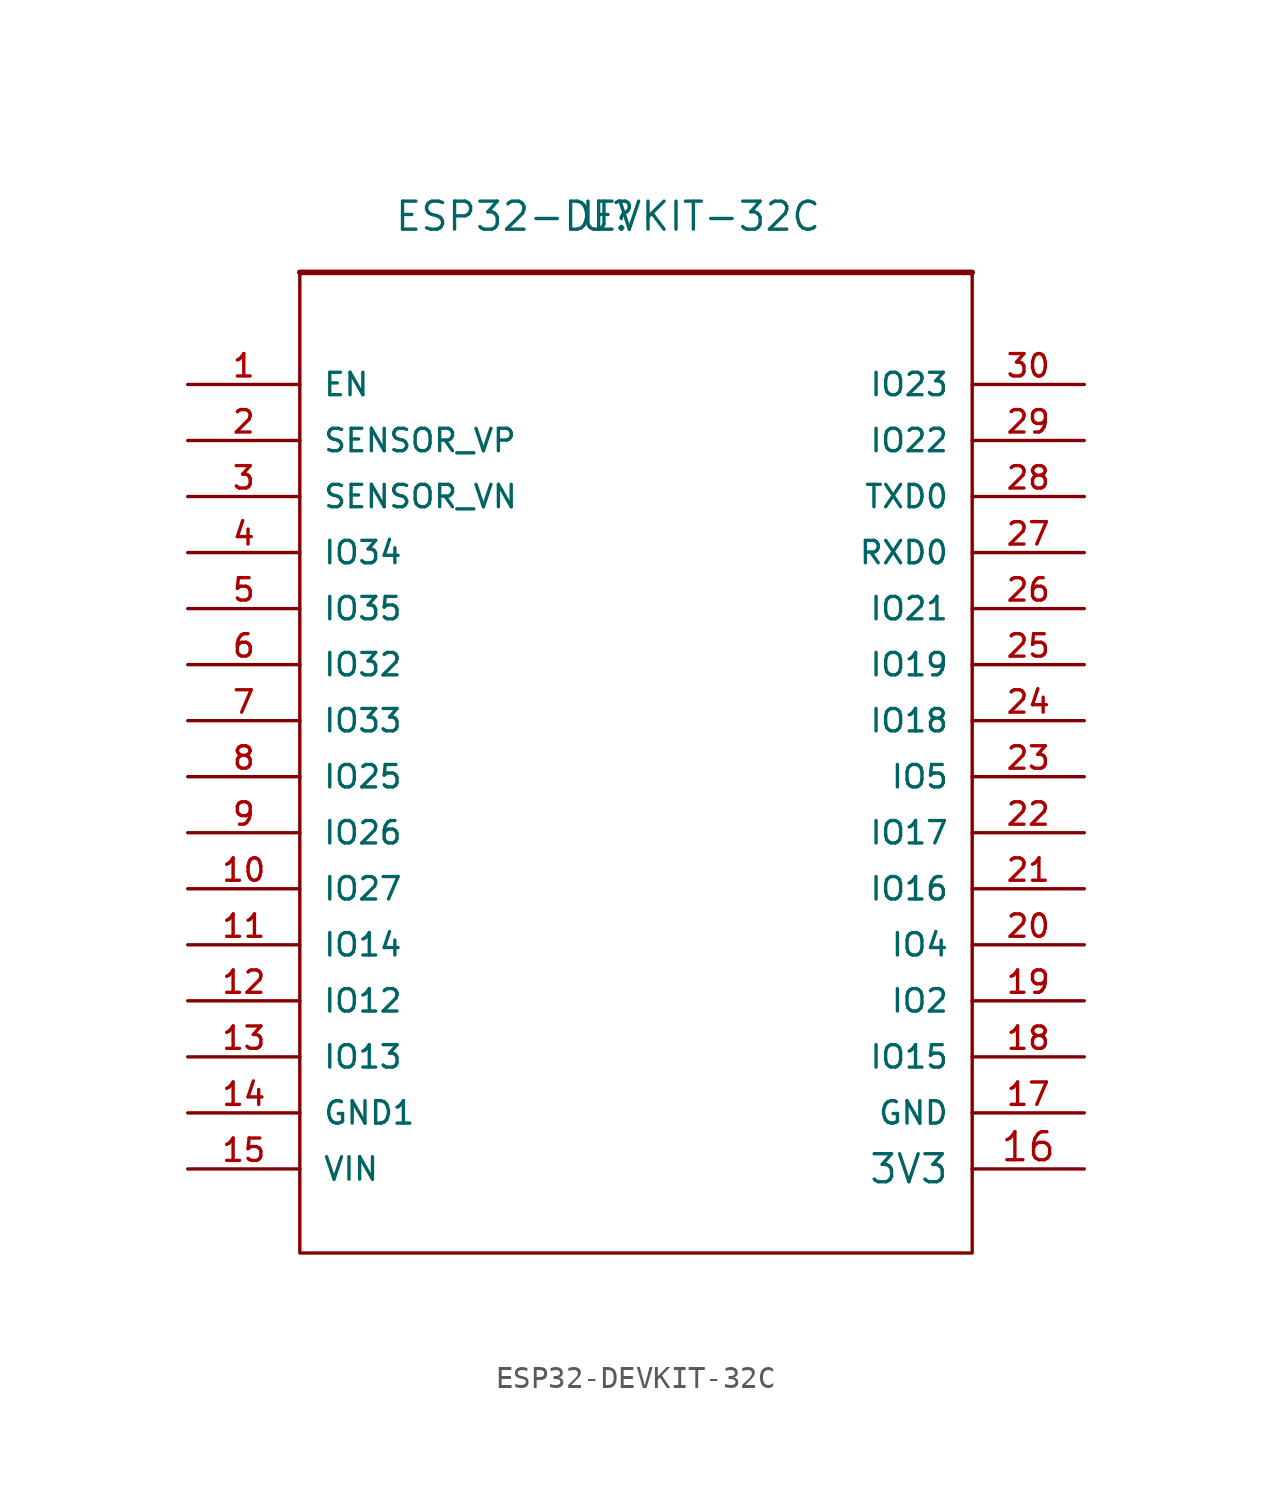
<source format=kicad_sym>
(kicad_symbol_lib
  (version 20211014)
  (generator kicad_symbol_editor)
  (symbol "ESP32-DEVKIT-32C"
    (pin_names
      (offset 1.016))
    (property "Reference" "U"
      (at 0 0 0)
      (effects (font (size 1.27 1.27))))
    (property "Value" "ESP32-DEVKIT-32C"
      (at 0 0 0)
      (effects (font (size 1.27 1.27))))
    (symbol "ESP32-DEVKIT-32C_0_1"
      (rectangle (start -13.97 -2.54) (end 16.51 -46.99) (stroke (width 0) (type default) (color 0 0 0 0)) (fill (type none))))
    (symbol "ESP32-DEVKIT-32C_1_1"
      (polyline (pts (xy -13.97 -2.54) (xy 16.51 -2.54)) (stroke (width 0.254) (type default) (color 0 0 0 0)) (fill (type none)))
      (pin input line (at -19.05 -7.62 0) (length 5.08) (name "EN" (effects (font (size 1.016 1.016)))) (number "1" (effects (font (size 1.016 1.016)))))
      (pin bidirectional line (at -19.05 -30.48 0) (length 5.08) (name "IO27" (effects (font (size 1.016 1.016)))) (number "10" (effects (font (size 1.016 1.016)))))
      (pin bidirectional line (at -19.05 -33.02 0) (length 5.08) (name "IO14" (effects (font (size 1.016 1.016)))) (number "11" (effects (font (size 1.016 1.016)))))
      (pin bidirectional line (at -19.05 -35.56 0) (length 5.08) (name "IO12" (effects (font (size 1.016 1.016)))) (number "12" (effects (font (size 1.016 1.016)))))
      (pin bidirectional line (at -19.05 -38.1 0) (length 5.08) (name "IO13" (effects (font (size 1.016 1.016)))) (number "13" (effects (font (size 1.016 1.016)))))
      (pin power_in line (at -19.05 -40.64 0) (length 5.08) (name "GND1" (effects (font (size 1.016 1.016)))) (number "14" (effects (font (size 1.016 1.016)))))
      (pin power_in line (at -19.05 -43.18 0) (length 5.08) (name "VIN" (effects (font (size 1.016 1.016)))) (number "15" (effects (font (size 1.016 1.016)))))
      (pin power_in line (at 21.59 -43.18 180) (length 5.08) (name "3V3" (effects (font (size 1.27 1.27)))) (number "16" (effects (font (size 1.27 1.27)))))
      (pin power_in line (at 21.59 -40.64 180) (length 5.08) (name "GND" (effects (font (size 1.016 1.016)))) (number "17" (effects (font (size 1.016 1.016)))))
      (pin bidirectional line (at 21.59 -38.1 180) (length 5.08) (name "IO15" (effects (font (size 1.016 1.016)))) (number "18" (effects (font (size 1.016 1.016)))))
      (pin bidirectional line (at 21.59 -35.56 180) (length 5.08) (name "IO2" (effects (font (size 1.016 1.016)))) (number "19" (effects (font (size 1.016 1.016)))))
      (pin input line (at -19.05 -10.16 0) (length 5.08) (name "SENSOR_VP" (effects (font (size 1.016 1.016)))) (number "2" (effects (font (size 1.016 1.016)))))
      (pin bidirectional line (at 21.59 -33.02 180) (length 5.08) (name "IO4" (effects (font (size 1.016 1.016)))) (number "20" (effects (font (size 1.016 1.016)))))
      (pin bidirectional line (at 21.59 -30.48 180) (length 5.08) (name "IO16" (effects (font (size 1.016 1.016)))) (number "21" (effects (font (size 1.016 1.016)))))
      (pin bidirectional line (at 21.59 -27.94 180) (length 5.08) (name "IO17" (effects (font (size 1.016 1.016)))) (number "22" (effects (font (size 1.016 1.016)))))
      (pin bidirectional line (at 21.59 -25.4 180) (length 5.08) (name "IO5" (effects (font (size 1.016 1.016)))) (number "23" (effects (font (size 1.016 1.016)))))
      (pin bidirectional line (at 21.59 -22.86 180) (length 5.08) (name "IO18" (effects (font (size 1.016 1.016)))) (number "24" (effects (font (size 1.016 1.016)))))
      (pin bidirectional line (at 21.59 -20.32 180) (length 5.08) (name "IO19" (effects (font (size 1.016 1.016)))) (number "25" (effects (font (size 1.016 1.016)))))
      (pin bidirectional line (at 21.59 -17.78 180) (length 5.08) (name "IO21" (effects (font (size 1.016 1.016)))) (number "26" (effects (font (size 1.016 1.016)))))
      (pin input line (at 21.59 -15.24 180) (length 5.08) (name "RXD0" (effects (font (size 1.016 1.016)))) (number "27" (effects (font (size 1.016 1.016)))))
      (pin output line (at 21.59 -12.7 180) (length 5.08) (name "TXD0" (effects (font (size 1.016 1.016)))) (number "28" (effects (font (size 1.016 1.016)))))
      (pin bidirectional line (at 21.59 -10.16 180) (length 5.08) (name "IO22" (effects (font (size 1.016 1.016)))) (number "29" (effects (font (size 1.016 1.016)))))
      (pin input line (at -19.05 -12.7 0) (length 5.08) (name "SENSOR_VN" (effects (font (size 1.016 1.016)))) (number "3" (effects (font (size 1.016 1.016)))))
      (pin bidirectional line (at 21.59 -7.62 180) (length 5.08) (name "IO23" (effects (font (size 1.016 1.016)))) (number "30" (effects (font (size 1.016 1.016)))))
      (pin bidirectional line (at -19.05 -15.24 0) (length 5.08) (name "IO34" (effects (font (size 1.016 1.016)))) (number "4" (effects (font (size 1.016 1.016)))))
      (pin bidirectional line (at -19.05 -17.78 0) (length 5.08) (name "IO35" (effects (font (size 1.016 1.016)))) (number "5" (effects (font (size 1.016 1.016)))))
      (pin bidirectional line (at -19.05 -20.32 0) (length 5.08) (name "IO32" (effects (font (size 1.016 1.016)))) (number "6" (effects (font (size 1.016 1.016)))))
      (pin bidirectional line (at -19.05 -22.86 0) (length 5.08) (name "IO33" (effects (font (size 1.016 1.016)))) (number "7" (effects (font (size 1.016 1.016)))))
      (pin bidirectional line (at -19.05 -25.4 0) (length 5.08) (name "IO25" (effects (font (size 1.016 1.016)))) (number "8" (effects (font (size 1.016 1.016)))))
      (pin bidirectional line (at -19.05 -27.94 0) (length 5.08) (name "IO26" (effects (font (size 1.016 1.016)))) (number "9" (effects (font (size 1.016 1.016))))))))
</source>
